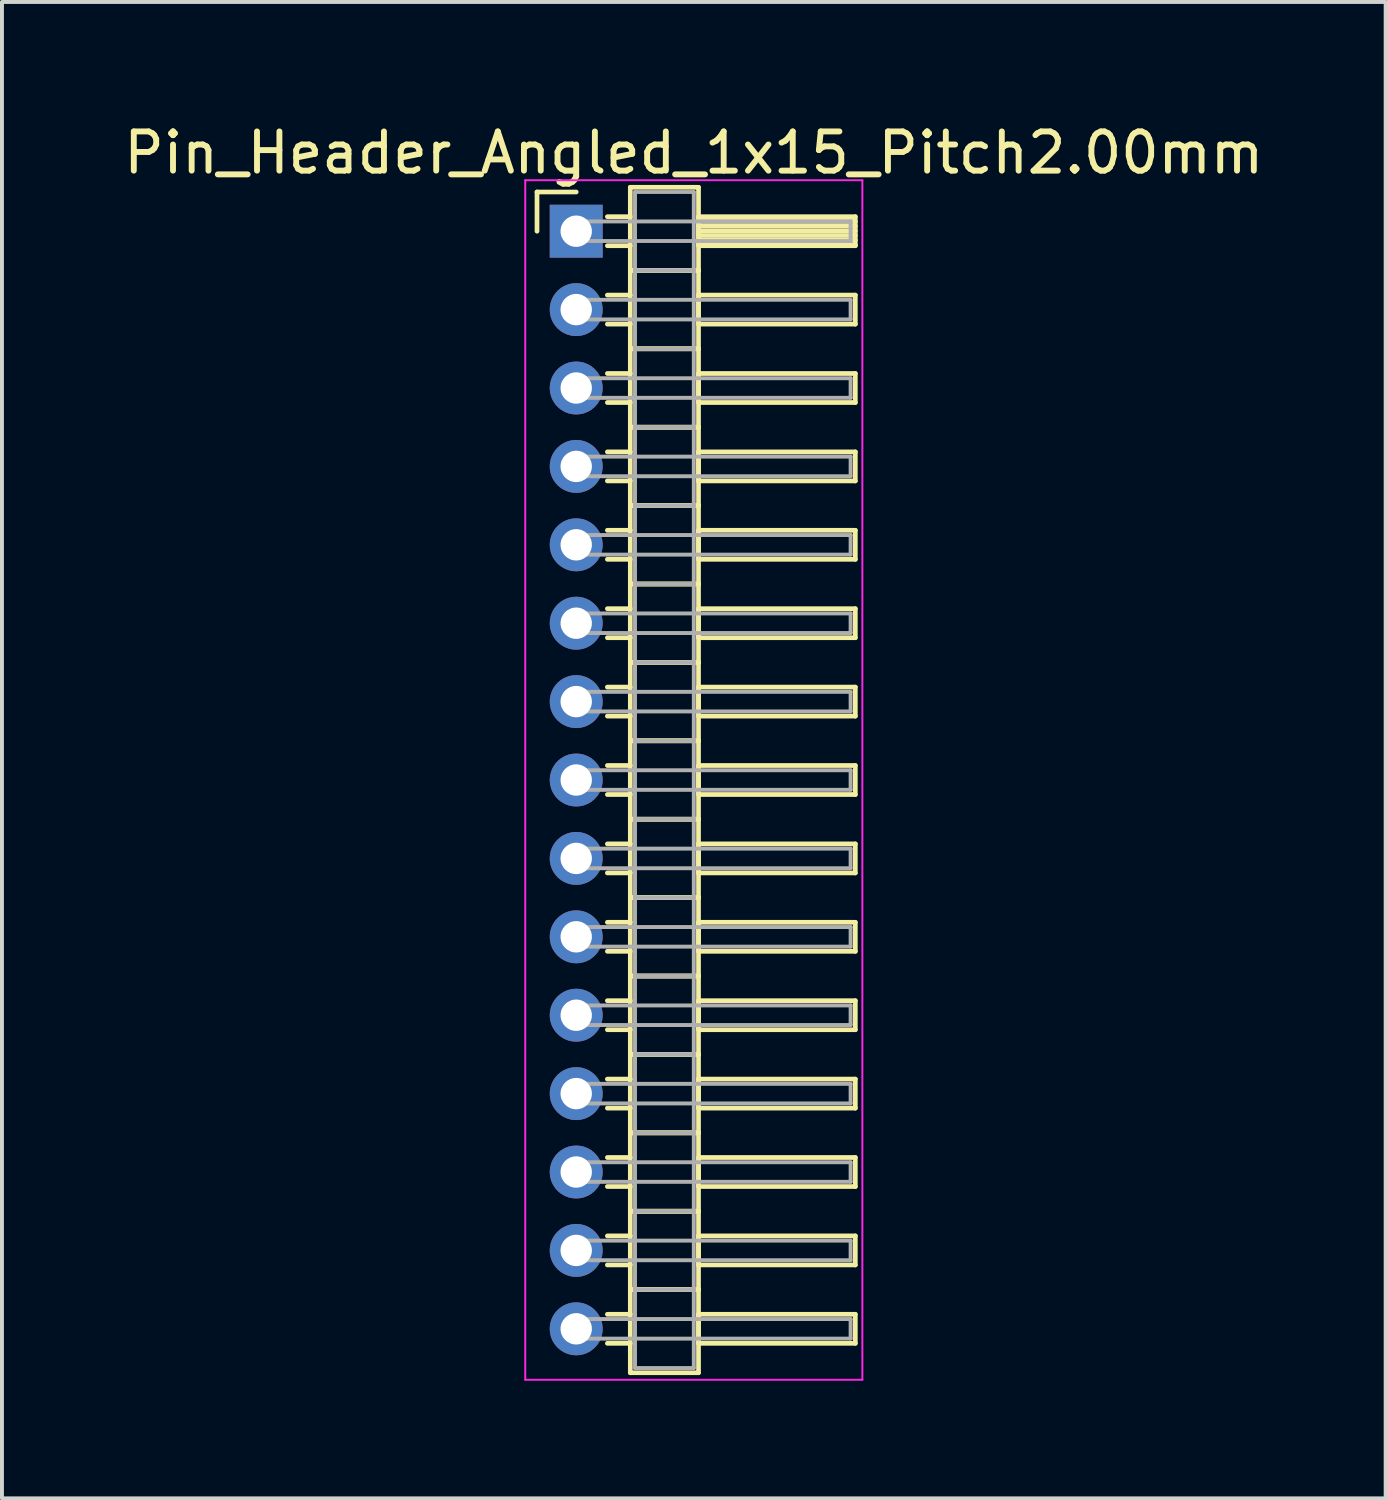
<source format=kicad_pcb>
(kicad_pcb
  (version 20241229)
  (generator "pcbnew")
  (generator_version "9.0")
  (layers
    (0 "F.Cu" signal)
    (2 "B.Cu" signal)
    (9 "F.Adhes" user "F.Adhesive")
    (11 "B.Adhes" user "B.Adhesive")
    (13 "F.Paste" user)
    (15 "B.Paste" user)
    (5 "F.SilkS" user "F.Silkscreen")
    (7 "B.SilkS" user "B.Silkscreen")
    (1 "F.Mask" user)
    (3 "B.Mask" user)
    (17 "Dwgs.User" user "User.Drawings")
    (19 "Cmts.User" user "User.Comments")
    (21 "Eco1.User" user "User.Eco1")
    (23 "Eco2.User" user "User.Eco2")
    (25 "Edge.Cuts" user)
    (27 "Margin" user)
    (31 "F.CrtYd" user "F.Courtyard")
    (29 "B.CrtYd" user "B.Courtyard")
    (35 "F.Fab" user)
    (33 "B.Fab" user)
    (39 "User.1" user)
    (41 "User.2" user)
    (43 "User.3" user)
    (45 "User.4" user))
  (footprint "Pin_Header_Angled_1x15_Pitch2.00mm"
    (layer "F.Cu")
    (at 11.649 2.848)
    (property "Reference" "Pin_Header_Angled_1x15_Pitch2.00mm" (at 3 -2 0) (layer "F.SilkS") (effects (font (size 1 1) (thickness 0.15))))
    (attr through_hole)
    (fp_line (start -1 -1) (end 0 -1) (stroke (width 0.12) (type solid)) (layer "F.SilkS"))
    (fp_line (start -1 0) (end -1 -1) (stroke (width 0.12) (type solid)) (layer "F.SilkS"))
    (fp_line (start 0.795 -0.37) (end 1.38 -0.37) (stroke (width 0.12) (type solid)) (layer "F.SilkS"))
    (fp_line (start 0.795 0.37) (end 1.38 0.37) (stroke (width 0.12) (type solid)) (layer "F.SilkS"))
    (fp_line (start 0.795 1.63) (end 1.38 1.63) (stroke (width 0.12) (type solid)) (layer "F.SilkS"))
    (fp_line (start 0.795 2.37) (end 1.38 2.37) (stroke (width 0.12) (type solid)) (layer "F.SilkS"))
    (fp_line (start 0.795 3.63) (end 1.38 3.63) (stroke (width 0.12) (type solid)) (layer "F.SilkS"))
    (fp_line (start 0.795 4.37) (end 1.38 4.37) (stroke (width 0.12) (type solid)) (layer "F.SilkS"))
    (fp_line (start 0.795 5.63) (end 1.38 5.63) (stroke (width 0.12) (type solid)) (layer "F.SilkS"))
    (fp_line (start 0.795 6.37) (end 1.38 6.37) (stroke (width 0.12) (type solid)) (layer "F.SilkS"))
    (fp_line (start 0.795 7.63) (end 1.38 7.63) (stroke (width 0.12) (type solid)) (layer "F.SilkS"))
    (fp_line (start 0.795 8.37) (end 1.38 8.37) (stroke (width 0.12) (type solid)) (layer "F.SilkS"))
    (fp_line (start 0.795 9.63) (end 1.38 9.63) (stroke (width 0.12) (type solid)) (layer "F.SilkS"))
    (fp_line (start 0.795 10.37) (end 1.38 10.37) (stroke (width 0.12) (type solid)) (layer "F.SilkS"))
    (fp_line (start 0.795 11.63) (end 1.38 11.63) (stroke (width 0.12) (type solid)) (layer "F.SilkS"))
    (fp_line (start 0.795 12.37) (end 1.38 12.37) (stroke (width 0.12) (type solid)) (layer "F.SilkS"))
    (fp_line (start 0.795 13.63) (end 1.38 13.63) (stroke (width 0.12) (type solid)) (layer "F.SilkS"))
    (fp_line (start 0.795 14.37) (end 1.38 14.37) (stroke (width 0.12) (type solid)) (layer "F.SilkS"))
    (fp_line (start 0.795 15.63) (end 1.38 15.63) (stroke (width 0.12) (type solid)) (layer "F.SilkS"))
    (fp_line (start 0.795 16.37) (end 1.38 16.37) (stroke (width 0.12) (type solid)) (layer "F.SilkS"))
    (fp_line (start 0.795 17.63) (end 1.38 17.63) (stroke (width 0.12) (type solid)) (layer "F.SilkS"))
    (fp_line (start 0.795 18.37) (end 1.38 18.37) (stroke (width 0.12) (type solid)) (layer "F.SilkS"))
    (fp_line (start 0.795 19.63) (end 1.38 19.63) (stroke (width 0.12) (type solid)) (layer "F.SilkS"))
    (fp_line (start 0.795 20.37) (end 1.38 20.37) (stroke (width 0.12) (type solid)) (layer "F.SilkS"))
    (fp_line (start 0.795 21.63) (end 1.38 21.63) (stroke (width 0.12) (type solid)) (layer "F.SilkS"))
    (fp_line (start 0.795 22.37) (end 1.38 22.37) (stroke (width 0.12) (type solid)) (layer "F.SilkS"))
    (fp_line (start 0.795 23.63) (end 1.38 23.63) (stroke (width 0.12) (type solid)) (layer "F.SilkS"))
    (fp_line (start 0.795 24.37) (end 1.38 24.37) (stroke (width 0.12) (type solid)) (layer "F.SilkS"))
    (fp_line (start 0.795 25.63) (end 1.38 25.63) (stroke (width 0.12) (type solid)) (layer "F.SilkS"))
    (fp_line (start 0.795 26.37) (end 1.38 26.37) (stroke (width 0.12) (type solid)) (layer "F.SilkS"))
    (fp_line (start 0.795 27.63) (end 1.38 27.63) (stroke (width 0.12) (type solid)) (layer "F.SilkS"))
    (fp_line (start 0.795 28.37) (end 1.38 28.37) (stroke (width 0.12) (type solid)) (layer "F.SilkS"))
    (fp_line (start 1.38 -1.12) (end 1.38 1) (stroke (width 0.12) (type solid)) (layer "F.SilkS"))
    (fp_line (start 1.38 1) (end 1.38 3) (stroke (width 0.12) (type solid)) (layer "F.SilkS"))
    (fp_line (start 1.38 1) (end 3.12 1) (stroke (width 0.12) (type solid)) (layer "F.SilkS"))
    (fp_line (start 1.38 3) (end 1.38 5) (stroke (width 0.12) (type solid)) (layer "F.SilkS"))
    (fp_line (start 1.38 3) (end 3.12 3) (stroke (width 0.12) (type solid)) (layer "F.SilkS"))
    (fp_line (start 1.38 5) (end 1.38 7) (stroke (width 0.12) (type solid)) (layer "F.SilkS"))
    (fp_line (start 1.38 5) (end 3.12 5) (stroke (width 0.12) (type solid)) (layer "F.SilkS"))
    (fp_line (start 1.38 7) (end 1.38 9) (stroke (width 0.12) (type solid)) (layer "F.SilkS"))
    (fp_line (start 1.38 7) (end 3.12 7) (stroke (width 0.12) (type solid)) (layer "F.SilkS"))
    (fp_line (start 1.38 9) (end 1.38 11) (stroke (width 0.12) (type solid)) (layer "F.SilkS"))
    (fp_line (start 1.38 9) (end 3.12 9) (stroke (width 0.12) (type solid)) (layer "F.SilkS"))
    (fp_line (start 1.38 11) (end 1.38 13) (stroke (width 0.12) (type solid)) (layer "F.SilkS"))
    (fp_line (start 1.38 11) (end 3.12 11) (stroke (width 0.12) (type solid)) (layer "F.SilkS"))
    (fp_line (start 1.38 13) (end 1.38 15) (stroke (width 0.12) (type solid)) (layer "F.SilkS"))
    (fp_line (start 1.38 13) (end 3.12 13) (stroke (width 0.12) (type solid)) (layer "F.SilkS"))
    (fp_line (start 1.38 15) (end 1.38 17) (stroke (width 0.12) (type solid)) (layer "F.SilkS"))
    (fp_line (start 1.38 15) (end 3.12 15) (stroke (width 0.12) (type solid)) (layer "F.SilkS"))
    (fp_line (start 1.38 17) (end 1.38 19) (stroke (width 0.12) (type solid)) (layer "F.SilkS"))
    (fp_line (start 1.38 17) (end 3.12 17) (stroke (width 0.12) (type solid)) (layer "F.SilkS"))
    (fp_line (start 1.38 19) (end 1.38 21) (stroke (width 0.12) (type solid)) (layer "F.SilkS"))
    (fp_line (start 1.38 19) (end 3.12 19) (stroke (width 0.12) (type solid)) (layer "F.SilkS"))
    (fp_line (start 1.38 21) (end 1.38 23) (stroke (width 0.12) (type solid)) (layer "F.SilkS"))
    (fp_line (start 1.38 21) (end 3.12 21) (stroke (width 0.12) (type solid)) (layer "F.SilkS"))
    (fp_line (start 1.38 23) (end 1.38 25) (stroke (width 0.12) (type solid)) (layer "F.SilkS"))
    (fp_line (start 1.38 23) (end 3.12 23) (stroke (width 0.12) (type solid)) (layer "F.SilkS"))
    (fp_line (start 1.38 25) (end 1.38 27) (stroke (width 0.12) (type solid)) (layer "F.SilkS"))
    (fp_line (start 1.38 25) (end 3.12 25) (stroke (width 0.12) (type solid)) (layer "F.SilkS"))
    (fp_line (start 1.38 27) (end 1.38 29.12) (stroke (width 0.12) (type solid)) (layer "F.SilkS"))
    (fp_line (start 1.38 27) (end 3.12 27) (stroke (width 0.12) (type solid)) (layer "F.SilkS"))
    (fp_line (start 1.38 29.12) (end 3.12 29.12) (stroke (width 0.12) (type solid)) (layer "F.SilkS"))
    (fp_line (start 3.12 -1.12) (end 1.38 -1.12) (stroke (width 0.12) (type solid)) (layer "F.SilkS"))
    (fp_line (start 3.12 -0.37) (end 3.12 0.37) (stroke (width 0.12) (type solid)) (layer "F.SilkS"))
    (fp_line (start 3.12 -0.25) (end 7.12 -0.25) (stroke (width 0.12) (type solid)) (layer "F.SilkS"))
    (fp_line (start 3.12 -0.13) (end 7.12 -0.13) (stroke (width 0.12) (type solid)) (layer "F.SilkS"))
    (fp_line (start 3.12 -0.01) (end 7.12 -0.01) (stroke (width 0.12) (type solid)) (layer "F.SilkS"))
    (fp_line (start 3.12 0.11) (end 7.12 0.11) (stroke (width 0.12) (type solid)) (layer "F.SilkS"))
    (fp_line (start 3.12 0.23) (end 7.12 0.23) (stroke (width 0.12) (type solid)) (layer "F.SilkS"))
    (fp_line (start 3.12 0.35) (end 7.12 0.35) (stroke (width 0.12) (type solid)) (layer "F.SilkS"))
    (fp_line (start 3.12 0.37) (end 7.12 0.37) (stroke (width 0.12) (type solid)) (layer "F.SilkS"))
    (fp_line (start 3.12 1) (end 1.38 1) (stroke (width 0.12) (type solid)) (layer "F.SilkS"))
    (fp_line (start 3.12 1) (end 3.12 -1.12) (stroke (width 0.12) (type solid)) (layer "F.SilkS"))
    (fp_line (start 3.12 1.63) (end 3.12 2.37) (stroke (width 0.12) (type solid)) (layer "F.SilkS"))
    (fp_line (start 3.12 2.37) (end 7.12 2.37) (stroke (width 0.12) (type solid)) (layer "F.SilkS"))
    (fp_line (start 3.12 3) (end 1.38 3) (stroke (width 0.12) (type solid)) (layer "F.SilkS"))
    (fp_line (start 3.12 3) (end 3.12 1) (stroke (width 0.12) (type solid)) (layer "F.SilkS"))
    (fp_line (start 3.12 3.63) (end 3.12 4.37) (stroke (width 0.12) (type solid)) (layer "F.SilkS"))
    (fp_line (start 3.12 4.37) (end 7.12 4.37) (stroke (width 0.12) (type solid)) (layer "F.SilkS"))
    (fp_line (start 3.12 5) (end 1.38 5) (stroke (width 0.12) (type solid)) (layer "F.SilkS"))
    (fp_line (start 3.12 5) (end 3.12 3) (stroke (width 0.12) (type solid)) (layer "F.SilkS"))
    (fp_line (start 3.12 5.63) (end 3.12 6.37) (stroke (width 0.12) (type solid)) (layer "F.SilkS"))
    (fp_line (start 3.12 6.37) (end 7.12 6.37) (stroke (width 0.12) (type solid)) (layer "F.SilkS"))
    (fp_line (start 3.12 7) (end 1.38 7) (stroke (width 0.12) (type solid)) (layer "F.SilkS"))
    (fp_line (start 3.12 7) (end 3.12 5) (stroke (width 0.12) (type solid)) (layer "F.SilkS"))
    (fp_line (start 3.12 7.63) (end 3.12 8.37) (stroke (width 0.12) (type solid)) (layer "F.SilkS"))
    (fp_line (start 3.12 8.37) (end 7.12 8.37) (stroke (width 0.12) (type solid)) (layer "F.SilkS"))
    (fp_line (start 3.12 9) (end 1.38 9) (stroke (width 0.12) (type solid)) (layer "F.SilkS"))
    (fp_line (start 3.12 9) (end 3.12 7) (stroke (width 0.12) (type solid)) (layer "F.SilkS"))
    (fp_line (start 3.12 9.63) (end 3.12 10.37) (stroke (width 0.12) (type solid)) (layer "F.SilkS"))
    (fp_line (start 3.12 10.37) (end 7.12 10.37) (stroke (width 0.12) (type solid)) (layer "F.SilkS"))
    (fp_line (start 3.12 11) (end 1.38 11) (stroke (width 0.12) (type solid)) (layer "F.SilkS"))
    (fp_line (start 3.12 11) (end 3.12 9) (stroke (width 0.12) (type solid)) (layer "F.SilkS"))
    (fp_line (start 3.12 11.63) (end 3.12 12.37) (stroke (width 0.12) (type solid)) (layer "F.SilkS"))
    (fp_line (start 3.12 12.37) (end 7.12 12.37) (stroke (width 0.12) (type solid)) (layer "F.SilkS"))
    (fp_line (start 3.12 13) (end 1.38 13) (stroke (width 0.12) (type solid)) (layer "F.SilkS"))
    (fp_line (start 3.12 13) (end 3.12 11) (stroke (width 0.12) (type solid)) (layer "F.SilkS"))
    (fp_line (start 3.12 13.63) (end 3.12 14.37) (stroke (width 0.12) (type solid)) (layer "F.SilkS"))
    (fp_line (start 3.12 14.37) (end 7.12 14.37) (stroke (width 0.12) (type solid)) (layer "F.SilkS"))
    (fp_line (start 3.12 15) (end 1.38 15) (stroke (width 0.12) (type solid)) (layer "F.SilkS"))
    (fp_line (start 3.12 15) (end 3.12 13) (stroke (width 0.12) (type solid)) (layer "F.SilkS"))
    (fp_line (start 3.12 15.63) (end 3.12 16.37) (stroke (width 0.12) (type solid)) (layer "F.SilkS"))
    (fp_line (start 3.12 16.37) (end 7.12 16.37) (stroke (width 0.12) (type solid)) (layer "F.SilkS"))
    (fp_line (start 3.12 17) (end 1.38 17) (stroke (width 0.12) (type solid)) (layer "F.SilkS"))
    (fp_line (start 3.12 17) (end 3.12 15) (stroke (width 0.12) (type solid)) (layer "F.SilkS"))
    (fp_line (start 3.12 17.63) (end 3.12 18.37) (stroke (width 0.12) (type solid)) (layer "F.SilkS"))
    (fp_line (start 3.12 18.37) (end 7.12 18.37) (stroke (width 0.12) (type solid)) (layer "F.SilkS"))
    (fp_line (start 3.12 19) (end 1.38 19) (stroke (width 0.12) (type solid)) (layer "F.SilkS"))
    (fp_line (start 3.12 19) (end 3.12 17) (stroke (width 0.12) (type solid)) (layer "F.SilkS"))
    (fp_line (start 3.12 19.63) (end 3.12 20.37) (stroke (width 0.12) (type solid)) (layer "F.SilkS"))
    (fp_line (start 3.12 20.37) (end 7.12 20.37) (stroke (width 0.12) (type solid)) (layer "F.SilkS"))
    (fp_line (start 3.12 21) (end 1.38 21) (stroke (width 0.12) (type solid)) (layer "F.SilkS"))
    (fp_line (start 3.12 21) (end 3.12 19) (stroke (width 0.12) (type solid)) (layer "F.SilkS"))
    (fp_line (start 3.12 21.63) (end 3.12 22.37) (stroke (width 0.12) (type solid)) (layer "F.SilkS"))
    (fp_line (start 3.12 22.37) (end 7.12 22.37) (stroke (width 0.12) (type solid)) (layer "F.SilkS"))
    (fp_line (start 3.12 23) (end 1.38 23) (stroke (width 0.12) (type solid)) (layer "F.SilkS"))
    (fp_line (start 3.12 23) (end 3.12 21) (stroke (width 0.12) (type solid)) (layer "F.SilkS"))
    (fp_line (start 3.12 23.63) (end 3.12 24.37) (stroke (width 0.12) (type solid)) (layer "F.SilkS"))
    (fp_line (start 3.12 24.37) (end 7.12 24.37) (stroke (width 0.12) (type solid)) (layer "F.SilkS"))
    (fp_line (start 3.12 25) (end 1.38 25) (stroke (width 0.12) (type solid)) (layer "F.SilkS"))
    (fp_line (start 3.12 25) (end 3.12 23) (stroke (width 0.12) (type solid)) (layer "F.SilkS"))
    (fp_line (start 3.12 25.63) (end 3.12 26.37) (stroke (width 0.12) (type solid)) (layer "F.SilkS"))
    (fp_line (start 3.12 26.37) (end 7.12 26.37) (stroke (width 0.12) (type solid)) (layer "F.SilkS"))
    (fp_line (start 3.12 27) (end 1.38 27) (stroke (width 0.12) (type solid)) (layer "F.SilkS"))
    (fp_line (start 3.12 27) (end 3.12 25) (stroke (width 0.12) (type solid)) (layer "F.SilkS"))
    (fp_line (start 3.12 27.63) (end 3.12 28.37) (stroke (width 0.12) (type solid)) (layer "F.SilkS"))
    (fp_line (start 3.12 28.37) (end 7.12 28.37) (stroke (width 0.12) (type solid)) (layer "F.SilkS"))
    (fp_line (start 3.12 29.12) (end 3.12 27) (stroke (width 0.12) (type solid)) (layer "F.SilkS"))
    (fp_line (start 7.12 -0.37) (end 3.12 -0.37) (stroke (width 0.12) (type solid)) (layer "F.SilkS"))
    (fp_line (start 7.12 0.37) (end 7.12 -0.37) (stroke (width 0.12) (type solid)) (layer "F.SilkS"))
    (fp_line (start 7.12 1.63) (end 3.12 1.63) (stroke (width 0.12) (type solid)) (layer "F.SilkS"))
    (fp_line (start 7.12 2.37) (end 7.12 1.63) (stroke (width 0.12) (type solid)) (layer "F.SilkS"))
    (fp_line (start 7.12 3.63) (end 3.12 3.63) (stroke (width 0.12) (type solid)) (layer "F.SilkS"))
    (fp_line (start 7.12 4.37) (end 7.12 3.63) (stroke (width 0.12) (type solid)) (layer "F.SilkS"))
    (fp_line (start 7.12 5.63) (end 3.12 5.63) (stroke (width 0.12) (type solid)) (layer "F.SilkS"))
    (fp_line (start 7.12 6.37) (end 7.12 5.63) (stroke (width 0.12) (type solid)) (layer "F.SilkS"))
    (fp_line (start 7.12 7.63) (end 3.12 7.63) (stroke (width 0.12) (type solid)) (layer "F.SilkS"))
    (fp_line (start 7.12 8.37) (end 7.12 7.63) (stroke (width 0.12) (type solid)) (layer "F.SilkS"))
    (fp_line (start 7.12 9.63) (end 3.12 9.63) (stroke (width 0.12) (type solid)) (layer "F.SilkS"))
    (fp_line (start 7.12 10.37) (end 7.12 9.63) (stroke (width 0.12) (type solid)) (layer "F.SilkS"))
    (fp_line (start 7.12 11.63) (end 3.12 11.63) (stroke (width 0.12) (type solid)) (layer "F.SilkS"))
    (fp_line (start 7.12 12.37) (end 7.12 11.63) (stroke (width 0.12) (type solid)) (layer "F.SilkS"))
    (fp_line (start 7.12 13.63) (end 3.12 13.63) (stroke (width 0.12) (type solid)) (layer "F.SilkS"))
    (fp_line (start 7.12 14.37) (end 7.12 13.63) (stroke (width 0.12) (type solid)) (layer "F.SilkS"))
    (fp_line (start 7.12 15.63) (end 3.12 15.63) (stroke (width 0.12) (type solid)) (layer "F.SilkS"))
    (fp_line (start 7.12 16.37) (end 7.12 15.63) (stroke (width 0.12) (type solid)) (layer "F.SilkS"))
    (fp_line (start 7.12 17.63) (end 3.12 17.63) (stroke (width 0.12) (type solid)) (layer "F.SilkS"))
    (fp_line (start 7.12 18.37) (end 7.12 17.63) (stroke (width 0.12) (type solid)) (layer "F.SilkS"))
    (fp_line (start 7.12 19.63) (end 3.12 19.63) (stroke (width 0.12) (type solid)) (layer "F.SilkS"))
    (fp_line (start 7.12 20.37) (end 7.12 19.63) (stroke (width 0.12) (type solid)) (layer "F.SilkS"))
    (fp_line (start 7.12 21.63) (end 3.12 21.63) (stroke (width 0.12) (type solid)) (layer "F.SilkS"))
    (fp_line (start 7.12 22.37) (end 7.12 21.63) (stroke (width 0.12) (type solid)) (layer "F.SilkS"))
    (fp_line (start 7.12 23.63) (end 3.12 23.63) (stroke (width 0.12) (type solid)) (layer "F.SilkS"))
    (fp_line (start 7.12 24.37) (end 7.12 23.63) (stroke (width 0.12) (type solid)) (layer "F.SilkS"))
    (fp_line (start 7.12 25.63) (end 3.12 25.63) (stroke (width 0.12) (type solid)) (layer "F.SilkS"))
    (fp_line (start 7.12 26.37) (end 7.12 25.63) (stroke (width 0.12) (type solid)) (layer "F.SilkS"))
    (fp_line (start 7.12 27.63) (end 3.12 27.63) (stroke (width 0.12) (type solid)) (layer "F.SilkS"))
    (fp_line (start 7.12 28.37) (end 7.12 27.63) (stroke (width 0.12) (type solid)) (layer "F.SilkS"))
    (fp_line (start -1.3 -1.3) (end -1.3 29.3) (stroke (width 0.05) (type solid)) (layer "F.CrtYd"))
    (fp_line (start -1.3 29.3) (end 7.3 29.3) (stroke (width 0.05) (type solid)) (layer "F.CrtYd"))
    (fp_line (start 7.3 -1.3) (end -1.3 -1.3) (stroke (width 0.05) (type solid)) (layer "F.CrtYd"))
    (fp_line (start 7.3 29.3) (end 7.3 -1.3) (stroke (width 0.05) (type solid)) (layer "F.CrtYd"))
    (fp_line (start 0 -0.25) (end 0 0.25) (stroke (width 0.1) (type solid)) (layer "F.Fab"))
    (fp_line (start 0 0.25) (end 7 0.25) (stroke (width 0.1) (type solid)) (layer "F.Fab"))
    (fp_line (start 0 1.75) (end 0 2.25) (stroke (width 0.1) (type solid)) (layer "F.Fab"))
    (fp_line (start 0 2.25) (end 7 2.25) (stroke (width 0.1) (type solid)) (layer "F.Fab"))
    (fp_line (start 0 3.75) (end 0 4.25) (stroke (width 0.1) (type solid)) (layer "F.Fab"))
    (fp_line (start 0 4.25) (end 7 4.25) (stroke (width 0.1) (type solid)) (layer "F.Fab"))
    (fp_line (start 0 5.75) (end 0 6.25) (stroke (width 0.1) (type solid)) (layer "F.Fab"))
    (fp_line (start 0 6.25) (end 7 6.25) (stroke (width 0.1) (type solid)) (layer "F.Fab"))
    (fp_line (start 0 7.75) (end 0 8.25) (stroke (width 0.1) (type solid)) (layer "F.Fab"))
    (fp_line (start 0 8.25) (end 7 8.25) (stroke (width 0.1) (type solid)) (layer "F.Fab"))
    (fp_line (start 0 9.75) (end 0 10.25) (stroke (width 0.1) (type solid)) (layer "F.Fab"))
    (fp_line (start 0 10.25) (end 7 10.25) (stroke (width 0.1) (type solid)) (layer "F.Fab"))
    (fp_line (start 0 11.75) (end 0 12.25) (stroke (width 0.1) (type solid)) (layer "F.Fab"))
    (fp_line (start 0 12.25) (end 7 12.25) (stroke (width 0.1) (type solid)) (layer "F.Fab"))
    (fp_line (start 0 13.75) (end 0 14.25) (stroke (width 0.1) (type solid)) (layer "F.Fab"))
    (fp_line (start 0 14.25) (end 7 14.25) (stroke (width 0.1) (type solid)) (layer "F.Fab"))
    (fp_line (start 0 15.75) (end 0 16.25) (stroke (width 0.1) (type solid)) (layer "F.Fab"))
    (fp_line (start 0 16.25) (end 7 16.25) (stroke (width 0.1) (type solid)) (layer "F.Fab"))
    (fp_line (start 0 17.75) (end 0 18.25) (stroke (width 0.1) (type solid)) (layer "F.Fab"))
    (fp_line (start 0 18.25) (end 7 18.25) (stroke (width 0.1) (type solid)) (layer "F.Fab"))
    (fp_line (start 0 19.75) (end 0 20.25) (stroke (width 0.1) (type solid)) (layer "F.Fab"))
    (fp_line (start 0 20.25) (end 7 20.25) (stroke (width 0.1) (type solid)) (layer "F.Fab"))
    (fp_line (start 0 21.75) (end 0 22.25) (stroke (width 0.1) (type solid)) (layer "F.Fab"))
    (fp_line (start 0 22.25) (end 7 22.25) (stroke (width 0.1) (type solid)) (layer "F.Fab"))
    (fp_line (start 0 23.75) (end 0 24.25) (stroke (width 0.1) (type solid)) (layer "F.Fab"))
    (fp_line (start 0 24.25) (end 7 24.25) (stroke (width 0.1) (type solid)) (layer "F.Fab"))
    (fp_line (start 0 25.75) (end 0 26.25) (stroke (width 0.1) (type solid)) (layer "F.Fab"))
    (fp_line (start 0 26.25) (end 7 26.25) (stroke (width 0.1) (type solid)) (layer "F.Fab"))
    (fp_line (start 0 27.75) (end 0 28.25) (stroke (width 0.1) (type solid)) (layer "F.Fab"))
    (fp_line (start 0 28.25) (end 7 28.25) (stroke (width 0.1) (type solid)) (layer "F.Fab"))
    (fp_line (start 1.5 -1) (end 1.5 1) (stroke (width 0.1) (type solid)) (layer "F.Fab"))
    (fp_line (start 1.5 1) (end 1.5 3) (stroke (width 0.1) (type solid)) (layer "F.Fab"))
    (fp_line (start 1.5 1) (end 3 1) (stroke (width 0.1) (type solid)) (layer "F.Fab"))
    (fp_line (start 1.5 3) (end 1.5 5) (stroke (width 0.1) (type solid)) (layer "F.Fab"))
    (fp_line (start 1.5 3) (end 3 3) (stroke (width 0.1) (type solid)) (layer "F.Fab"))
    (fp_line (start 1.5 5) (end 1.5 7) (stroke (width 0.1) (type solid)) (layer "F.Fab"))
    (fp_line (start 1.5 5) (end 3 5) (stroke (width 0.1) (type solid)) (layer "F.Fab"))
    (fp_line (start 1.5 7) (end 1.5 9) (stroke (width 0.1) (type solid)) (layer "F.Fab"))
    (fp_line (start 1.5 7) (end 3 7) (stroke (width 0.1) (type solid)) (layer "F.Fab"))
    (fp_line (start 1.5 9) (end 1.5 11) (stroke (width 0.1) (type solid)) (layer "F.Fab"))
    (fp_line (start 1.5 9) (end 3 9) (stroke (width 0.1) (type solid)) (layer "F.Fab"))
    (fp_line (start 1.5 11) (end 1.5 13) (stroke (width 0.1) (type solid)) (layer "F.Fab"))
    (fp_line (start 1.5 11) (end 3 11) (stroke (width 0.1) (type solid)) (layer "F.Fab"))
    (fp_line (start 1.5 13) (end 1.5 15) (stroke (width 0.1) (type solid)) (layer "F.Fab"))
    (fp_line (start 1.5 13) (end 3 13) (stroke (width 0.1) (type solid)) (layer "F.Fab"))
    (fp_line (start 1.5 15) (end 1.5 17) (stroke (width 0.1) (type solid)) (layer "F.Fab"))
    (fp_line (start 1.5 15) (end 3 15) (stroke (width 0.1) (type solid)) (layer "F.Fab"))
    (fp_line (start 1.5 17) (end 1.5 19) (stroke (width 0.1) (type solid)) (layer "F.Fab"))
    (fp_line (start 1.5 17) (end 3 17) (stroke (width 0.1) (type solid)) (layer "F.Fab"))
    (fp_line (start 1.5 19) (end 1.5 21) (stroke (width 0.1) (type solid)) (layer "F.Fab"))
    (fp_line (start 1.5 19) (end 3 19) (stroke (width 0.1) (type solid)) (layer "F.Fab"))
    (fp_line (start 1.5 21) (end 1.5 23) (stroke (width 0.1) (type solid)) (layer "F.Fab"))
    (fp_line (start 1.5 21) (end 3 21) (stroke (width 0.1) (type solid)) (layer "F.Fab"))
    (fp_line (start 1.5 23) (end 1.5 25) (stroke (width 0.1) (type solid)) (layer "F.Fab"))
    (fp_line (start 1.5 23) (end 3 23) (stroke (width 0.1) (type solid)) (layer "F.Fab"))
    (fp_line (start 1.5 25) (end 1.5 27) (stroke (width 0.1) (type solid)) (layer "F.Fab"))
    (fp_line (start 1.5 25) (end 3 25) (stroke (width 0.1) (type solid)) (layer "F.Fab"))
    (fp_line (start 1.5 27) (end 1.5 29) (stroke (width 0.1) (type solid)) (layer "F.Fab"))
    (fp_line (start 1.5 27) (end 3 27) (stroke (width 0.1) (type solid)) (layer "F.Fab"))
    (fp_line (start 1.5 29) (end 3 29) (stroke (width 0.1) (type solid)) (layer "F.Fab"))
    (fp_line (start 3 -1) (end 1.5 -1) (stroke (width 0.1) (type solid)) (layer "F.Fab"))
    (fp_line (start 3 1) (end 1.5 1) (stroke (width 0.1) (type solid)) (layer "F.Fab"))
    (fp_line (start 3 1) (end 3 -1) (stroke (width 0.1) (type solid)) (layer "F.Fab"))
    (fp_line (start 3 3) (end 1.5 3) (stroke (width 0.1) (type solid)) (layer "F.Fab"))
    (fp_line (start 3 3) (end 3 1) (stroke (width 0.1) (type solid)) (layer "F.Fab"))
    (fp_line (start 3 5) (end 1.5 5) (stroke (width 0.1) (type solid)) (layer "F.Fab"))
    (fp_line (start 3 5) (end 3 3) (stroke (width 0.1) (type solid)) (layer "F.Fab"))
    (fp_line (start 3 7) (end 1.5 7) (stroke (width 0.1) (type solid)) (layer "F.Fab"))
    (fp_line (start 3 7) (end 3 5) (stroke (width 0.1) (type solid)) (layer "F.Fab"))
    (fp_line (start 3 9) (end 1.5 9) (stroke (width 0.1) (type solid)) (layer "F.Fab"))
    (fp_line (start 3 9) (end 3 7) (stroke (width 0.1) (type solid)) (layer "F.Fab"))
    (fp_line (start 3 11) (end 1.5 11) (stroke (width 0.1) (type solid)) (layer "F.Fab"))
    (fp_line (start 3 11) (end 3 9) (stroke (width 0.1) (type solid)) (layer "F.Fab"))
    (fp_line (start 3 13) (end 1.5 13) (stroke (width 0.1) (type solid)) (layer "F.Fab"))
    (fp_line (start 3 13) (end 3 11) (stroke (width 0.1) (type solid)) (layer "F.Fab"))
    (fp_line (start 3 15) (end 1.5 15) (stroke (width 0.1) (type solid)) (layer "F.Fab"))
    (fp_line (start 3 15) (end 3 13) (stroke (width 0.1) (type solid)) (layer "F.Fab"))
    (fp_line (start 3 17) (end 1.5 17) (stroke (width 0.1) (type solid)) (layer "F.Fab"))
    (fp_line (start 3 17) (end 3 15) (stroke (width 0.1) (type solid)) (layer "F.Fab"))
    (fp_line (start 3 19) (end 1.5 19) (stroke (width 0.1) (type solid)) (layer "F.Fab"))
    (fp_line (start 3 19) (end 3 17) (stroke (width 0.1) (type solid)) (layer "F.Fab"))
    (fp_line (start 3 21) (end 1.5 21) (stroke (width 0.1) (type solid)) (layer "F.Fab"))
    (fp_line (start 3 21) (end 3 19) (stroke (width 0.1) (type solid)) (layer "F.Fab"))
    (fp_line (start 3 23) (end 1.5 23) (stroke (width 0.1) (type solid)) (layer "F.Fab"))
    (fp_line (start 3 23) (end 3 21) (stroke (width 0.1) (type solid)) (layer "F.Fab"))
    (fp_line (start 3 25) (end 1.5 25) (stroke (width 0.1) (type solid)) (layer "F.Fab"))
    (fp_line (start 3 25) (end 3 23) (stroke (width 0.1) (type solid)) (layer "F.Fab"))
    (fp_line (start 3 27) (end 1.5 27) (stroke (width 0.1) (type solid)) (layer "F.Fab"))
    (fp_line (start 3 27) (end 3 25) (stroke (width 0.1) (type solid)) (layer "F.Fab"))
    (fp_line (start 3 29) (end 3 27) (stroke (width 0.1) (type solid)) (layer "F.Fab"))
    (fp_line (start 7 -0.25) (end 0 -0.25) (stroke (width 0.1) (type solid)) (layer "F.Fab"))
    (fp_line (start 7 0.25) (end 7 -0.25) (stroke (width 0.1) (type solid)) (layer "F.Fab"))
    (fp_line (start 7 1.75) (end 0 1.75) (stroke (width 0.1) (type solid)) (layer "F.Fab"))
    (fp_line (start 7 2.25) (end 7 1.75) (stroke (width 0.1) (type solid)) (layer "F.Fab"))
    (fp_line (start 7 3.75) (end 0 3.75) (stroke (width 0.1) (type solid)) (layer "F.Fab"))
    (fp_line (start 7 4.25) (end 7 3.75) (stroke (width 0.1) (type solid)) (layer "F.Fab"))
    (fp_line (start 7 5.75) (end 0 5.75) (stroke (width 0.1) (type solid)) (layer "F.Fab"))
    (fp_line (start 7 6.25) (end 7 5.75) (stroke (width 0.1) (type solid)) (layer "F.Fab"))
    (fp_line (start 7 7.75) (end 0 7.75) (stroke (width 0.1) (type solid)) (layer "F.Fab"))
    (fp_line (start 7 8.25) (end 7 7.75) (stroke (width 0.1) (type solid)) (layer "F.Fab"))
    (fp_line (start 7 9.75) (end 0 9.75) (stroke (width 0.1) (type solid)) (layer "F.Fab"))
    (fp_line (start 7 10.25) (end 7 9.75) (stroke (width 0.1) (type solid)) (layer "F.Fab"))
    (fp_line (start 7 11.75) (end 0 11.75) (stroke (width 0.1) (type solid)) (layer "F.Fab"))
    (fp_line (start 7 12.25) (end 7 11.75) (stroke (width 0.1) (type solid)) (layer "F.Fab"))
    (fp_line (start 7 13.75) (end 0 13.75) (stroke (width 0.1) (type solid)) (layer "F.Fab"))
    (fp_line (start 7 14.25) (end 7 13.75) (stroke (width 0.1) (type solid)) (layer "F.Fab"))
    (fp_line (start 7 15.75) (end 0 15.75) (stroke (width 0.1) (type solid)) (layer "F.Fab"))
    (fp_line (start 7 16.25) (end 7 15.75) (stroke (width 0.1) (type solid)) (layer "F.Fab"))
    (fp_line (start 7 17.75) (end 0 17.75) (stroke (width 0.1) (type solid)) (layer "F.Fab"))
    (fp_line (start 7 18.25) (end 7 17.75) (stroke (width 0.1) (type solid)) (layer "F.Fab"))
    (fp_line (start 7 19.75) (end 0 19.75) (stroke (width 0.1) (type solid)) (layer "F.Fab"))
    (fp_line (start 7 20.25) (end 7 19.75) (stroke (width 0.1) (type solid)) (layer "F.Fab"))
    (fp_line (start 7 21.75) (end 0 21.75) (stroke (width 0.1) (type solid)) (layer "F.Fab"))
    (fp_line (start 7 22.25) (end 7 21.75) (stroke (width 0.1) (type solid)) (layer "F.Fab"))
    (fp_line (start 7 23.75) (end 0 23.75) (stroke (width 0.1) (type solid)) (layer "F.Fab"))
    (fp_line (start 7 24.25) (end 7 23.75) (stroke (width 0.1) (type solid)) (layer "F.Fab"))
    (fp_line (start 7 25.75) (end 0 25.75) (stroke (width 0.1) (type solid)) (layer "F.Fab"))
    (fp_line (start 7 26.25) (end 7 25.75) (stroke (width 0.1) (type solid)) (layer "F.Fab"))
    (fp_line (start 7 27.75) (end 0 27.75) (stroke (width 0.1) (type solid)) (layer "F.Fab"))
    (fp_line (start 7 28.25) (end 7 27.75) (stroke (width 0.1) (type solid)) (layer "F.Fab"))
    (pad "1" thru_hole rect (at 0 0) (size 1.35 1.35) (drill 0.8) (layers "*.Cu" "*.Mask"))
    (pad "2" thru_hole oval (at 0 2) (size 1.35 1.35) (drill 0.8) (layers "*.Cu" "*.Mask"))
    (pad "3" thru_hole oval (at 0 4) (size 1.35 1.35) (drill 0.8) (layers "*.Cu" "*.Mask"))
    (pad "4" thru_hole oval (at 0 6) (size 1.35 1.35) (drill 0.8) (layers "*.Cu" "*.Mask"))
    (pad "5" thru_hole oval (at 0 8) (size 1.35 1.35) (drill 0.8) (layers "*.Cu" "*.Mask"))
    (pad "6" thru_hole oval (at 0 10) (size 1.35 1.35) (drill 0.8) (layers "*.Cu" "*.Mask"))
    (pad "7" thru_hole oval (at 0 12) (size 1.35 1.35) (drill 0.8) (layers "*.Cu" "*.Mask"))
    (pad "8" thru_hole oval (at 0 14) (size 1.35 1.35) (drill 0.8) (layers "*.Cu" "*.Mask"))
    (pad "9" thru_hole oval (at 0 16) (size 1.35 1.35) (drill 0.8) (layers "*.Cu" "*.Mask"))
    (pad "10" thru_hole oval (at 0 18) (size 1.35 1.35) (drill 0.8) (layers "*.Cu" "*.Mask"))
    (pad "11" thru_hole oval (at 0 20) (size 1.35 1.35) (drill 0.8) (layers "*.Cu" "*.Mask"))
    (pad "12" thru_hole oval (at 0 22) (size 1.35 1.35) (drill 0.8) (layers "*.Cu" "*.Mask"))
    (pad "13" thru_hole oval (at 0 24) (size 1.35 1.35) (drill 0.8) (layers "*.Cu" "*.Mask"))
    (pad "14" thru_hole oval (at 0 26) (size 1.35 1.35) (drill 0.8) (layers "*.Cu" "*.Mask"))
    (pad "15" thru_hole oval (at 0 28) (size 1.35 1.35) (drill 0.8) (layers "*.Cu" "*.Mask")))
  (gr_rect
    (start -3 -3)
    (end 32.298 35.173)
    (stroke (width 0.1) (type default))
    (fill no)
    (layer "Edge.Cuts")))
</source>
